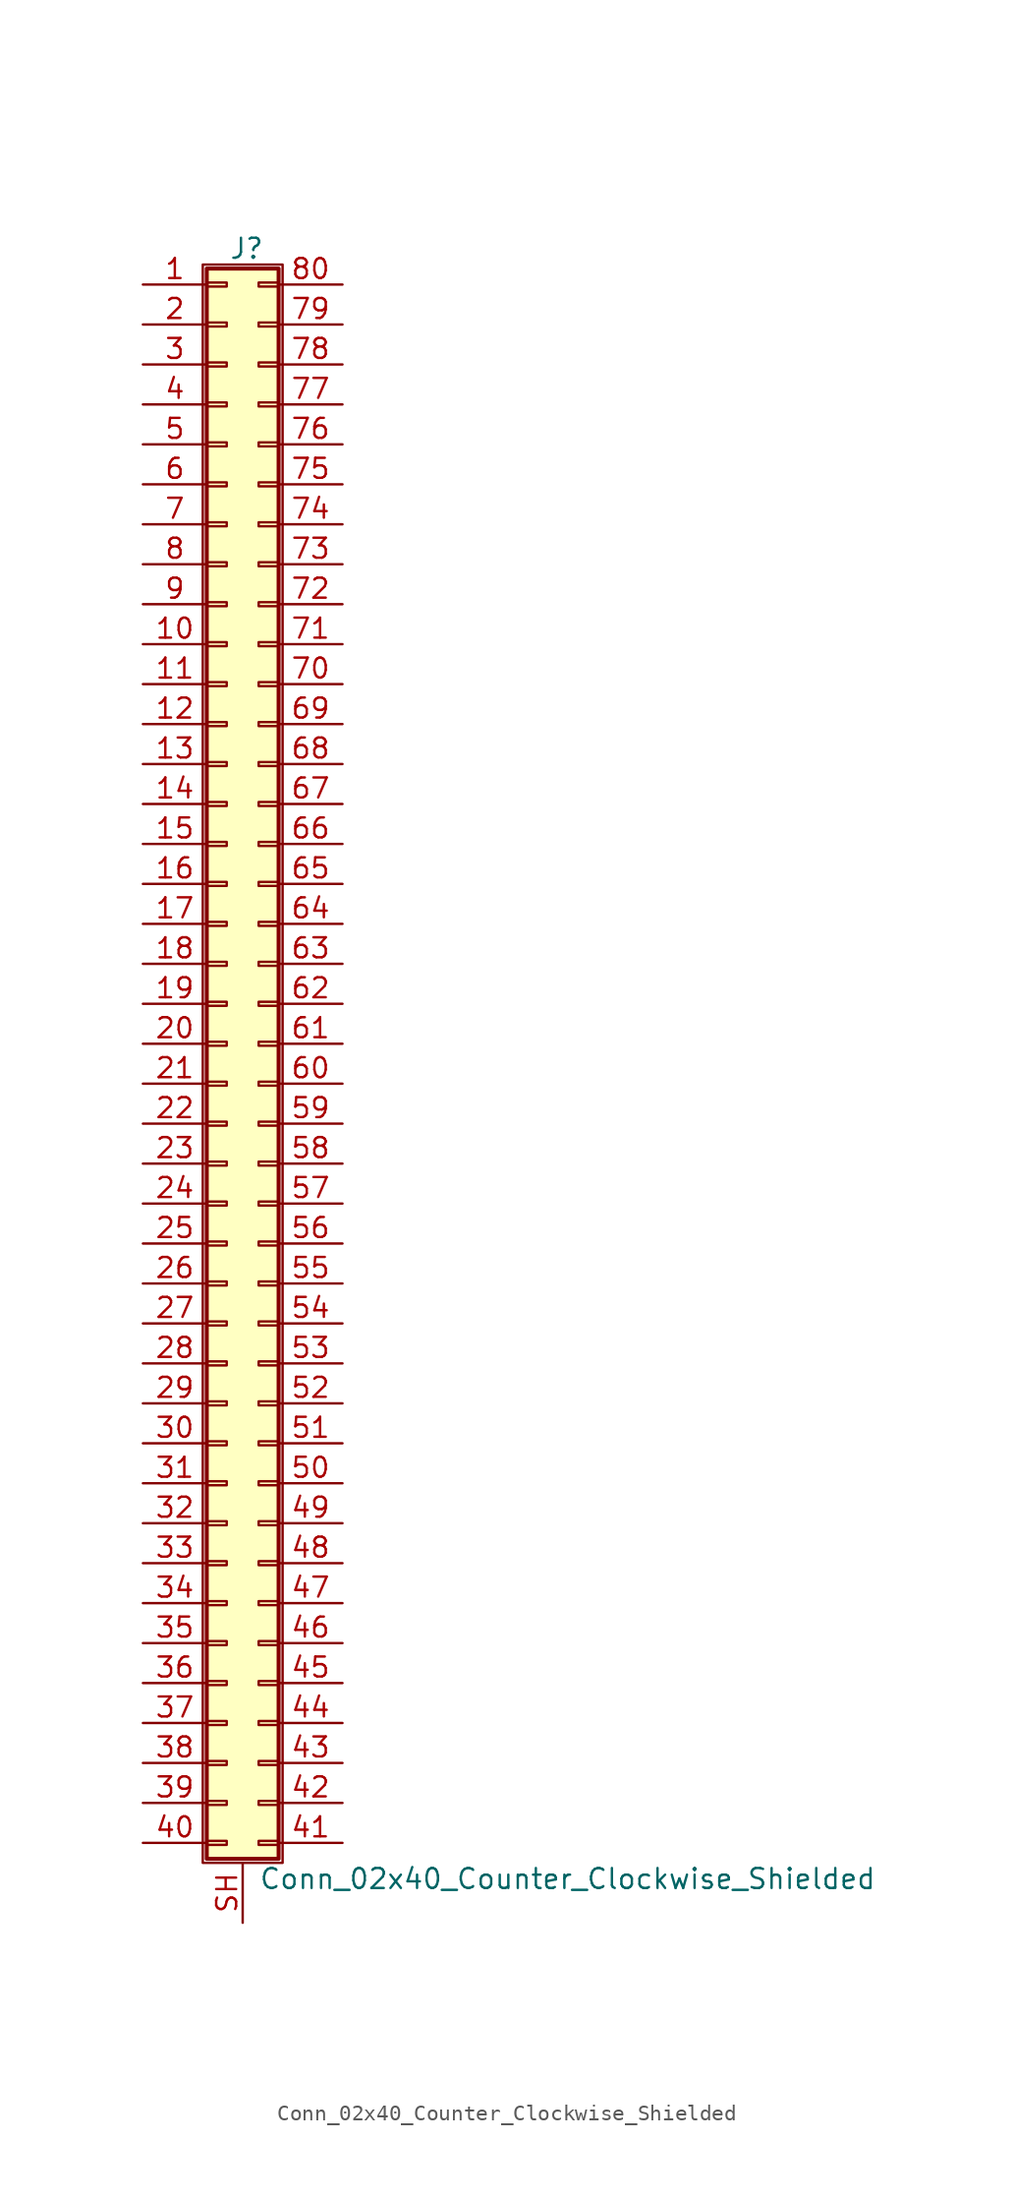
<source format=kicad_sym>
(kicad_symbol_lib
  (version 20201005)
  (generator kicad_symbol_editor)
  (symbol "Connector_Generic_Shielded:Conn_02x40_Counter_Clockwise_Shielded"
    (pin_names
      (offset 1.016) hide)
    (property "Reference" "J"
      (at 1.524 50.546 0)
      (effects (font (size 1.27 1.27))))
    (property "Value" "Conn_02x40_Counter_Clockwise_Shielded"
      (at 2.286 -53.086 0)
      (effects (font (size 1.27 1.27)) (justify left)))
    (symbol "Conn_02x40_Counter_Clockwise_Shielded_1_1"
      (rectangle (start -1.016 -27.813) (end 0.254 -28.067) (stroke (width 0.152)) (fill (type none)))
      (rectangle (start -1.016 -30.353) (end 0.254 -30.607) (stroke (width 0.152)) (fill (type none)))
      (rectangle (start -1.016 -32.893) (end 0.254 -33.147) (stroke (width 0.152)) (fill (type none)))
      (rectangle (start -1.016 -35.433) (end 0.254 -35.687) (stroke (width 0.152)) (fill (type none)))
      (rectangle (start -1.016 -37.973) (end 0.254 -38.227) (stroke (width 0.152)) (fill (type none)))
      (rectangle (start -1.016 -40.513) (end 0.254 -40.767) (stroke (width 0.152)) (fill (type none)))
      (rectangle (start -1.016 -43.053) (end 0.254 -43.307) (stroke (width 0.152)) (fill (type none)))
      (rectangle (start -1.016 -45.593) (end 0.254 -45.847) (stroke (width 0.152)) (fill (type none)))
      (rectangle (start -1.016 -48.133) (end 0.254 -48.387) (stroke (width 0.152)) (fill (type none)))
      (rectangle (start -1.016 -4.953) (end 0.254 -5.207) (stroke (width 0.152)) (fill (type none)))
      (rectangle (start -1.016 -50.673) (end 0.254 -50.927) (stroke (width 0.152)) (fill (type none)))
      (rectangle (start -1.016 -7.493) (end 0.254 -7.747) (stroke (width 0.152)) (fill (type none)))
      (rectangle (start -1.016 -10.033) (end 0.254 -10.287) (stroke (width 0.152)) (fill (type none)))
      (rectangle (start -1.016 -12.573) (end 0.254 -12.827) (stroke (width 0.152)) (fill (type none)))
      (rectangle (start -1.016 -15.113) (end 0.254 -15.367) (stroke (width 0.152)) (fill (type none)))
      (rectangle (start -1.016 -17.653) (end 0.254 -17.907) (stroke (width 0.152)) (fill (type none)))
      (rectangle (start -1.016 -20.193) (end 0.254 -20.447) (stroke (width 0.152)) (fill (type none)))
      (rectangle (start -1.016 -22.733) (end 0.254 -22.987) (stroke (width 0.152)) (fill (type none)))
      (rectangle (start -1.016 -2.413) (end 0.254 -2.667) (stroke (width 0.152)) (fill (type none)))
      (rectangle (start -1.016 -25.273) (end 0.254 -25.527) (stroke (width 0.152)) (fill (type none)))
      (rectangle (start -1.016 25.527) (end 0.254 25.273) (stroke (width 0.152)) (fill (type none)))
      (rectangle (start -1.016 2.667) (end 0.254 2.413) (stroke (width 0.152)) (fill (type none)))
      (rectangle (start -1.016 28.067) (end 0.254 27.813) (stroke (width 0.152)) (fill (type none)))
      (rectangle (start -1.016 30.607) (end 0.254 30.353) (stroke (width 0.152)) (fill (type none)))
      (rectangle (start -1.016 33.147) (end 0.254 32.893) (stroke (width 0.152)) (fill (type none)))
      (rectangle (start -1.016 35.687) (end 0.254 35.433) (stroke (width 0.152)) (fill (type none)))
      (rectangle (start -1.016 38.227) (end 0.254 37.973) (stroke (width 0.152)) (fill (type none)))
      (rectangle (start -1.016 40.767) (end 0.254 40.513) (stroke (width 0.152)) (fill (type none)))
      (rectangle (start -1.016 43.307) (end 0.254 43.053) (stroke (width 0.152)) (fill (type none)))
      (rectangle (start -1.016 45.847) (end 0.254 45.593) (stroke (width 0.152)) (fill (type none)))
      (rectangle (start -1.016 48.387) (end 0.254 48.133) (stroke (width 0.152)) (fill (type none)))
      (rectangle (start -1.016 49.276) (end 3.556 -51.816) (stroke (width 0.254)) (fill (type background)))
      (rectangle (start -1.016 5.207) (end 0.254 4.953) (stroke (width 0.152)) (fill (type none)))
      (rectangle (start -1.016 7.747) (end 0.254 7.493) (stroke (width 0.152)) (fill (type none)))
      (rectangle (start -1.016 10.287) (end 0.254 10.033) (stroke (width 0.152)) (fill (type none)))
      (rectangle (start -1.016 0.127) (end 0.254 -0.127) (stroke (width 0.152)) (fill (type none)))
      (rectangle (start -1.016 12.827) (end 0.254 12.573) (stroke (width 0.152)) (fill (type none)))
      (rectangle (start -1.016 15.367) (end 0.254 15.113) (stroke (width 0.152)) (fill (type none)))
      (rectangle (start -1.016 17.907) (end 0.254 17.653) (stroke (width 0.152)) (fill (type none)))
      (rectangle (start -1.016 20.447) (end 0.254 20.193) (stroke (width 0.152)) (fill (type none)))
      (rectangle (start -1.016 22.987) (end 0.254 22.733) (stroke (width 0.152)) (fill (type none)))
      (rectangle (start -1.27 49.53) (end 3.81 -52.07) (stroke (width 0.152)) (fill (type none)))
      (rectangle (start 3.556 -27.813) (end 2.286 -28.067) (stroke (width 0.152)) (fill (type none)))
      (rectangle (start 3.556 -30.353) (end 2.286 -30.607) (stroke (width 0.152)) (fill (type none)))
      (rectangle (start 3.556 -32.893) (end 2.286 -33.147) (stroke (width 0.152)) (fill (type none)))
      (rectangle (start 3.556 -35.433) (end 2.286 -35.687) (stroke (width 0.152)) (fill (type none)))
      (rectangle (start 3.556 -37.973) (end 2.286 -38.227) (stroke (width 0.152)) (fill (type none)))
      (rectangle (start 3.556 -40.513) (end 2.286 -40.767) (stroke (width 0.152)) (fill (type none)))
      (rectangle (start 3.556 -43.053) (end 2.286 -43.307) (stroke (width 0.152)) (fill (type none)))
      (rectangle (start 3.556 -45.593) (end 2.286 -45.847) (stroke (width 0.152)) (fill (type none)))
      (rectangle (start 3.556 -48.133) (end 2.286 -48.387) (stroke (width 0.152)) (fill (type none)))
      (rectangle (start 3.556 -4.953) (end 2.286 -5.207) (stroke (width 0.152)) (fill (type none)))
      (rectangle (start 3.556 -50.673) (end 2.286 -50.927) (stroke (width 0.152)) (fill (type none)))
      (rectangle (start 3.556 -7.493) (end 2.286 -7.747) (stroke (width 0.152)) (fill (type none)))
      (rectangle (start 3.556 -10.033) (end 2.286 -10.287) (stroke (width 0.152)) (fill (type none)))
      (rectangle (start 3.556 -12.573) (end 2.286 -12.827) (stroke (width 0.152)) (fill (type none)))
      (rectangle (start 3.556 -15.113) (end 2.286 -15.367) (stroke (width 0.152)) (fill (type none)))
      (rectangle (start 3.556 -17.653) (end 2.286 -17.907) (stroke (width 0.152)) (fill (type none)))
      (rectangle (start 3.556 -20.193) (end 2.286 -20.447) (stroke (width 0.152)) (fill (type none)))
      (rectangle (start 3.556 -22.733) (end 2.286 -22.987) (stroke (width 0.152)) (fill (type none)))
      (rectangle (start 3.556 -2.413) (end 2.286 -2.667) (stroke (width 0.152)) (fill (type none)))
      (rectangle (start 3.556 -25.273) (end 2.286 -25.527) (stroke (width 0.152)) (fill (type none)))
      (rectangle (start 3.556 25.527) (end 2.286 25.273) (stroke (width 0.152)) (fill (type none)))
      (rectangle (start 3.556 2.667) (end 2.286 2.413) (stroke (width 0.152)) (fill (type none)))
      (rectangle (start 3.556 28.067) (end 2.286 27.813) (stroke (width 0.152)) (fill (type none)))
      (rectangle (start 3.556 30.607) (end 2.286 30.353) (stroke (width 0.152)) (fill (type none)))
      (rectangle (start 3.556 33.147) (end 2.286 32.893) (stroke (width 0.152)) (fill (type none)))
      (rectangle (start 3.556 35.687) (end 2.286 35.433) (stroke (width 0.152)) (fill (type none)))
      (rectangle (start 3.556 38.227) (end 2.286 37.973) (stroke (width 0.152)) (fill (type none)))
      (rectangle (start 3.556 40.767) (end 2.286 40.513) (stroke (width 0.152)) (fill (type none)))
      (rectangle (start 3.556 43.307) (end 2.286 43.053) (stroke (width 0.152)) (fill (type none)))
      (rectangle (start 3.556 45.847) (end 2.286 45.593) (stroke (width 0.152)) (fill (type none)))
      (rectangle (start 3.556 48.387) (end 2.286 48.133) (stroke (width 0.152)) (fill (type none)))
      (rectangle (start 3.556 5.207) (end 2.286 4.953) (stroke (width 0.152)) (fill (type none)))
      (rectangle (start 3.556 7.747) (end 2.286 7.493) (stroke (width 0.152)) (fill (type none)))
      (rectangle (start 3.556 10.287) (end 2.286 10.033) (stroke (width 0.152)) (fill (type none)))
      (rectangle (start 3.556 0.127) (end 2.286 -0.127) (stroke (width 0.152)) (fill (type none)))
      (rectangle (start 3.556 12.827) (end 2.286 12.573) (stroke (width 0.152)) (fill (type none)))
      (rectangle (start 3.556 15.367) (end 2.286 15.113) (stroke (width 0.152)) (fill (type none)))
      (rectangle (start 3.556 17.907) (end 2.286 17.653) (stroke (width 0.152)) (fill (type none)))
      (rectangle (start 3.556 20.447) (end 2.286 20.193) (stroke (width 0.152)) (fill (type none)))
      (rectangle (start 3.556 22.987) (end 2.286 22.733) (stroke (width 0.152)) (fill (type none)))
      (pin passive line (at -5.08 48.26 0) (length 4.064) (name "Pin_1" (effects (font (size 1.27 1.27)))) (number "1" (effects (font (size 1.27 1.27)))))
      (pin passive line (at -5.08 25.4 0) (length 4.064) (name "Pin_10" (effects (font (size 1.27 1.27)))) (number "10" (effects (font (size 1.27 1.27)))))
      (pin passive line (at -5.08 22.86 0) (length 4.064) (name "Pin_11" (effects (font (size 1.27 1.27)))) (number "11" (effects (font (size 1.27 1.27)))))
      (pin passive line (at -5.08 20.32 0) (length 4.064) (name "Pin_12" (effects (font (size 1.27 1.27)))) (number "12" (effects (font (size 1.27 1.27)))))
      (pin passive line (at -5.08 17.78 0) (length 4.064) (name "Pin_13" (effects (font (size 1.27 1.27)))) (number "13" (effects (font (size 1.27 1.27)))))
      (pin passive line (at -5.08 15.24 0) (length 4.064) (name "Pin_14" (effects (font (size 1.27 1.27)))) (number "14" (effects (font (size 1.27 1.27)))))
      (pin passive line (at -5.08 12.7 0) (length 4.064) (name "Pin_15" (effects (font (size 1.27 1.27)))) (number "15" (effects (font (size 1.27 1.27)))))
      (pin passive line (at -5.08 10.16 0) (length 4.064) (name "Pin_16" (effects (font (size 1.27 1.27)))) (number "16" (effects (font (size 1.27 1.27)))))
      (pin passive line (at -5.08 7.62 0) (length 4.064) (name "Pin_17" (effects (font (size 1.27 1.27)))) (number "17" (effects (font (size 1.27 1.27)))))
      (pin passive line (at -5.08 5.08 0) (length 4.064) (name "Pin_18" (effects (font (size 1.27 1.27)))) (number "18" (effects (font (size 1.27 1.27)))))
      (pin passive line (at -5.08 2.54 0) (length 4.064) (name "Pin_19" (effects (font (size 1.27 1.27)))) (number "19" (effects (font (size 1.27 1.27)))))
      (pin passive line (at -5.08 45.72 0) (length 4.064) (name "Pin_2" (effects (font (size 1.27 1.27)))) (number "2" (effects (font (size 1.27 1.27)))))
      (pin passive line (at -5.08 0 0) (length 4.064) (name "Pin_20" (effects (font (size 1.27 1.27)))) (number "20" (effects (font (size 1.27 1.27)))))
      (pin passive line (at -5.08 -2.54 0) (length 4.064) (name "Pin_21" (effects (font (size 1.27 1.27)))) (number "21" (effects (font (size 1.27 1.27)))))
      (pin passive line (at -5.08 -5.08 0) (length 4.064) (name "Pin_22" (effects (font (size 1.27 1.27)))) (number "22" (effects (font (size 1.27 1.27)))))
      (pin passive line (at -5.08 -7.62 0) (length 4.064) (name "Pin_23" (effects (font (size 1.27 1.27)))) (number "23" (effects (font (size 1.27 1.27)))))
      (pin passive line (at -5.08 -10.16 0) (length 4.064) (name "Pin_24" (effects (font (size 1.27 1.27)))) (number "24" (effects (font (size 1.27 1.27)))))
      (pin passive line (at -5.08 -12.7 0) (length 4.064) (name "Pin_25" (effects (font (size 1.27 1.27)))) (number "25" (effects (font (size 1.27 1.27)))))
      (pin passive line (at -5.08 -15.24 0) (length 4.064) (name "Pin_26" (effects (font (size 1.27 1.27)))) (number "26" (effects (font (size 1.27 1.27)))))
      (pin passive line (at -5.08 -17.78 0) (length 4.064) (name "Pin_27" (effects (font (size 1.27 1.27)))) (number "27" (effects (font (size 1.27 1.27)))))
      (pin passive line (at -5.08 -20.32 0) (length 4.064) (name "Pin_28" (effects (font (size 1.27 1.27)))) (number "28" (effects (font (size 1.27 1.27)))))
      (pin passive line (at -5.08 -22.86 0) (length 4.064) (name "Pin_29" (effects (font (size 1.27 1.27)))) (number "29" (effects (font (size 1.27 1.27)))))
      (pin passive line (at -5.08 43.18 0) (length 4.064) (name "Pin_3" (effects (font (size 1.27 1.27)))) (number "3" (effects (font (size 1.27 1.27)))))
      (pin passive line (at -5.08 -25.4 0) (length 4.064) (name "Pin_30" (effects (font (size 1.27 1.27)))) (number "30" (effects (font (size 1.27 1.27)))))
      (pin passive line (at -5.08 -27.94 0) (length 4.064) (name "Pin_31" (effects (font (size 1.27 1.27)))) (number "31" (effects (font (size 1.27 1.27)))))
      (pin passive line (at -5.08 -30.48 0) (length 4.064) (name "Pin_32" (effects (font (size 1.27 1.27)))) (number "32" (effects (font (size 1.27 1.27)))))
      (pin passive line (at -5.08 -33.02 0) (length 4.064) (name "Pin_33" (effects (font (size 1.27 1.27)))) (number "33" (effects (font (size 1.27 1.27)))))
      (pin passive line (at -5.08 -35.56 0) (length 4.064) (name "Pin_34" (effects (font (size 1.27 1.27)))) (number "34" (effects (font (size 1.27 1.27)))))
      (pin passive line (at -5.08 -38.1 0) (length 4.064) (name "Pin_35" (effects (font (size 1.27 1.27)))) (number "35" (effects (font (size 1.27 1.27)))))
      (pin passive line (at -5.08 -40.64 0) (length 4.064) (name "Pin_36" (effects (font (size 1.27 1.27)))) (number "36" (effects (font (size 1.27 1.27)))))
      (pin passive line (at -5.08 -43.18 0) (length 4.064) (name "Pin_37" (effects (font (size 1.27 1.27)))) (number "37" (effects (font (size 1.27 1.27)))))
      (pin passive line (at -5.08 -45.72 0) (length 4.064) (name "Pin_38" (effects (font (size 1.27 1.27)))) (number "38" (effects (font (size 1.27 1.27)))))
      (pin passive line (at -5.08 -48.26 0) (length 4.064) (name "Pin_39" (effects (font (size 1.27 1.27)))) (number "39" (effects (font (size 1.27 1.27)))))
      (pin passive line (at -5.08 40.64 0) (length 4.064) (name "Pin_4" (effects (font (size 1.27 1.27)))) (number "4" (effects (font (size 1.27 1.27)))))
      (pin passive line (at -5.08 -50.8 0) (length 4.064) (name "Pin_40" (effects (font (size 1.27 1.27)))) (number "40" (effects (font (size 1.27 1.27)))))
      (pin passive line (at 7.62 -50.8 180) (length 4.064) (name "Pin_41" (effects (font (size 1.27 1.27)))) (number "41" (effects (font (size 1.27 1.27)))))
      (pin passive line (at 7.62 -48.26 180) (length 4.064) (name "Pin_42" (effects (font (size 1.27 1.27)))) (number "42" (effects (font (size 1.27 1.27)))))
      (pin passive line (at 7.62 -45.72 180) (length 4.064) (name "Pin_43" (effects (font (size 1.27 1.27)))) (number "43" (effects (font (size 1.27 1.27)))))
      (pin passive line (at 7.62 -43.18 180) (length 4.064) (name "Pin_44" (effects (font (size 1.27 1.27)))) (number "44" (effects (font (size 1.27 1.27)))))
      (pin passive line (at 7.62 -40.64 180) (length 4.064) (name "Pin_45" (effects (font (size 1.27 1.27)))) (number "45" (effects (font (size 1.27 1.27)))))
      (pin passive line (at 7.62 -38.1 180) (length 4.064) (name "Pin_46" (effects (font (size 1.27 1.27)))) (number "46" (effects (font (size 1.27 1.27)))))
      (pin passive line (at 7.62 -35.56 180) (length 4.064) (name "Pin_47" (effects (font (size 1.27 1.27)))) (number "47" (effects (font (size 1.27 1.27)))))
      (pin passive line (at 7.62 -33.02 180) (length 4.064) (name "Pin_48" (effects (font (size 1.27 1.27)))) (number "48" (effects (font (size 1.27 1.27)))))
      (pin passive line (at 7.62 -30.48 180) (length 4.064) (name "Pin_49" (effects (font (size 1.27 1.27)))) (number "49" (effects (font (size 1.27 1.27)))))
      (pin passive line (at -5.08 38.1 0) (length 4.064) (name "Pin_5" (effects (font (size 1.27 1.27)))) (number "5" (effects (font (size 1.27 1.27)))))
      (pin passive line (at 7.62 -27.94 180) (length 4.064) (name "Pin_50" (effects (font (size 1.27 1.27)))) (number "50" (effects (font (size 1.27 1.27)))))
      (pin passive line (at 7.62 -25.4 180) (length 4.064) (name "Pin_51" (effects (font (size 1.27 1.27)))) (number "51" (effects (font (size 1.27 1.27)))))
      (pin passive line (at 7.62 -22.86 180) (length 4.064) (name "Pin_52" (effects (font (size 1.27 1.27)))) (number "52" (effects (font (size 1.27 1.27)))))
      (pin passive line (at 7.62 -20.32 180) (length 4.064) (name "Pin_53" (effects (font (size 1.27 1.27)))) (number "53" (effects (font (size 1.27 1.27)))))
      (pin passive line (at 7.62 -17.78 180) (length 4.064) (name "Pin_54" (effects (font (size 1.27 1.27)))) (number "54" (effects (font (size 1.27 1.27)))))
      (pin passive line (at 7.62 -15.24 180) (length 4.064) (name "Pin_55" (effects (font (size 1.27 1.27)))) (number "55" (effects (font (size 1.27 1.27)))))
      (pin passive line (at 7.62 -12.7 180) (length 4.064) (name "Pin_56" (effects (font (size 1.27 1.27)))) (number "56" (effects (font (size 1.27 1.27)))))
      (pin passive line (at 7.62 -10.16 180) (length 4.064) (name "Pin_57" (effects (font (size 1.27 1.27)))) (number "57" (effects (font (size 1.27 1.27)))))
      (pin passive line (at 7.62 -7.62 180) (length 4.064) (name "Pin_58" (effects (font (size 1.27 1.27)))) (number "58" (effects (font (size 1.27 1.27)))))
      (pin passive line (at 7.62 -5.08 180) (length 4.064) (name "Pin_59" (effects (font (size 1.27 1.27)))) (number "59" (effects (font (size 1.27 1.27)))))
      (pin passive line (at -5.08 35.56 0) (length 4.064) (name "Pin_6" (effects (font (size 1.27 1.27)))) (number "6" (effects (font (size 1.27 1.27)))))
      (pin passive line (at 7.62 -2.54 180) (length 4.064) (name "Pin_60" (effects (font (size 1.27 1.27)))) (number "60" (effects (font (size 1.27 1.27)))))
      (pin passive line (at 7.62 0 180) (length 4.064) (name "Pin_61" (effects (font (size 1.27 1.27)))) (number "61" (effects (font (size 1.27 1.27)))))
      (pin passive line (at 7.62 2.54 180) (length 4.064) (name "Pin_62" (effects (font (size 1.27 1.27)))) (number "62" (effects (font (size 1.27 1.27)))))
      (pin passive line (at 7.62 5.08 180) (length 4.064) (name "Pin_63" (effects (font (size 1.27 1.27)))) (number "63" (effects (font (size 1.27 1.27)))))
      (pin passive line (at 7.62 7.62 180) (length 4.064) (name "Pin_64" (effects (font (size 1.27 1.27)))) (number "64" (effects (font (size 1.27 1.27)))))
      (pin passive line (at 7.62 10.16 180) (length 4.064) (name "Pin_65" (effects (font (size 1.27 1.27)))) (number "65" (effects (font (size 1.27 1.27)))))
      (pin passive line (at 7.62 12.7 180) (length 4.064) (name "Pin_66" (effects (font (size 1.27 1.27)))) (number "66" (effects (font (size 1.27 1.27)))))
      (pin passive line (at 7.62 15.24 180) (length 4.064) (name "Pin_67" (effects (font (size 1.27 1.27)))) (number "67" (effects (font (size 1.27 1.27)))))
      (pin passive line (at 7.62 17.78 180) (length 4.064) (name "Pin_68" (effects (font (size 1.27 1.27)))) (number "68" (effects (font (size 1.27 1.27)))))
      (pin passive line (at 7.62 20.32 180) (length 4.064) (name "Pin_69" (effects (font (size 1.27 1.27)))) (number "69" (effects (font (size 1.27 1.27)))))
      (pin passive line (at -5.08 33.02 0) (length 4.064) (name "Pin_7" (effects (font (size 1.27 1.27)))) (number "7" (effects (font (size 1.27 1.27)))))
      (pin passive line (at 7.62 22.86 180) (length 4.064) (name "Pin_70" (effects (font (size 1.27 1.27)))) (number "70" (effects (font (size 1.27 1.27)))))
      (pin passive line (at 7.62 25.4 180) (length 4.064) (name "Pin_71" (effects (font (size 1.27 1.27)))) (number "71" (effects (font (size 1.27 1.27)))))
      (pin passive line (at 7.62 27.94 180) (length 4.064) (name "Pin_72" (effects (font (size 1.27 1.27)))) (number "72" (effects (font (size 1.27 1.27)))))
      (pin passive line (at 7.62 30.48 180) (length 4.064) (name "Pin_73" (effects (font (size 1.27 1.27)))) (number "73" (effects (font (size 1.27 1.27)))))
      (pin passive line (at 7.62 33.02 180) (length 4.064) (name "Pin_74" (effects (font (size 1.27 1.27)))) (number "74" (effects (font (size 1.27 1.27)))))
      (pin passive line (at 7.62 35.56 180) (length 4.064) (name "Pin_75" (effects (font (size 1.27 1.27)))) (number "75" (effects (font (size 1.27 1.27)))))
      (pin passive line (at 7.62 38.1 180) (length 4.064) (name "Pin_76" (effects (font (size 1.27 1.27)))) (number "76" (effects (font (size 1.27 1.27)))))
      (pin passive line (at 7.62 40.64 180) (length 4.064) (name "Pin_77" (effects (font (size 1.27 1.27)))) (number "77" (effects (font (size 1.27 1.27)))))
      (pin passive line (at 7.62 43.18 180) (length 4.064) (name "Pin_78" (effects (font (size 1.27 1.27)))) (number "78" (effects (font (size 1.27 1.27)))))
      (pin passive line (at 7.62 45.72 180) (length 4.064) (name "Pin_79" (effects (font (size 1.27 1.27)))) (number "79" (effects (font (size 1.27 1.27)))))
      (pin passive line (at -5.08 30.48 0) (length 4.064) (name "Pin_8" (effects (font (size 1.27 1.27)))) (number "8" (effects (font (size 1.27 1.27)))))
      (pin passive line (at 7.62 48.26 180) (length 4.064) (name "Pin_80" (effects (font (size 1.27 1.27)))) (number "80" (effects (font (size 1.27 1.27)))))
      (pin passive line (at -5.08 27.94 0) (length 4.064) (name "Pin_9" (effects (font (size 1.27 1.27)))) (number "9" (effects (font (size 1.27 1.27)))))
      (pin passive line (at 1.27 -55.88 90) (length 3.81) (name "Shield" (effects (font (size 1.27 1.27)))) (number "SH" (effects (font (size 1.27 1.27))))))))
</source>
